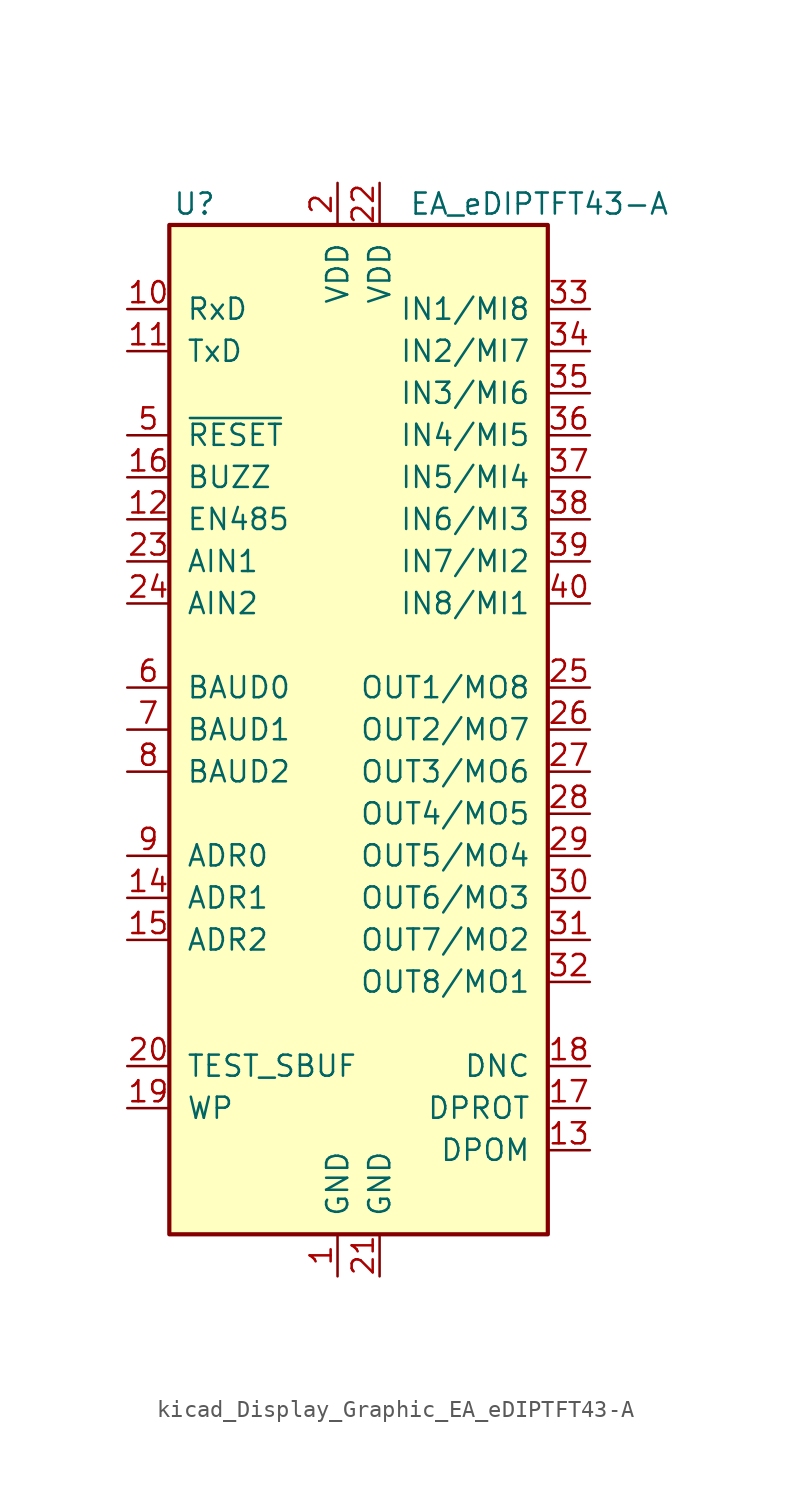
<source format=kicad_sym>
(kicad_symbol_lib
  (version 20220914)
  (generator kicad_symbol_editor)
  (symbol "kicad_Display_Graphic_EA_eDIPTFT43-A"
    (pin_names
      (offset 1.016))
    (property "Reference" "U"
      (at -11.176 31.75 0)
      (effects (font (size 1.27 1.27))))
    (property "Value" "EA_eDIPTFT43-A"
      (at 1.778 31.75 0)
      (effects (font (size 1.27 1.27)) (justify left)))
    (symbol "kicad_Display_Graphic_EA_eDIPTFT43-A_0_1"
      (rectangle (start -12.7 30.48) (end 10.16 -30.48) (stroke (width 0.254) (type default)) (fill (type background))))
    (symbol "kicad_Display_Graphic_EA_eDIPTFT43-A_1_1"
      (pin power_in line (at -2.54 -33.02 90) (length 2.54) (name "GND" (effects (font (size 1.27 1.27)))) (number "1" (effects (font (size 1.27 1.27)))))
      (pin input line (at -15.24 25.4 0) (length 2.54) (name "RxD" (effects (font (size 1.27 1.27)))) (number "10" (effects (font (size 1.27 1.27)))))
      (pin output line (at -15.24 22.86 0) (length 2.54) (name "TxD" (effects (font (size 1.27 1.27)))) (number "11" (effects (font (size 1.27 1.27)))))
      (pin output line (at -15.24 12.7 0) (length 2.54) (name "EN485" (effects (font (size 1.27 1.27)))) (number "12" (effects (font (size 1.27 1.27)))))
      (pin input line (at 12.7 -25.4 180) (length 2.54) (name "DPOM" (effects (font (size 1.27 1.27)))) (number "13" (effects (font (size 1.27 1.27)))))
      (pin input line (at -15.24 -10.16 0) (length 2.54) (name "ADR1" (effects (font (size 1.27 1.27)))) (number "14" (effects (font (size 1.27 1.27)))))
      (pin input line (at -15.24 -12.7 0) (length 2.54) (name "ADR2" (effects (font (size 1.27 1.27)))) (number "15" (effects (font (size 1.27 1.27)))))
      (pin output line (at -15.24 15.24 0) (length 2.54) (name "BUZZ" (effects (font (size 1.27 1.27)))) (number "16" (effects (font (size 1.27 1.27)))))
      (pin input line (at 12.7 -22.86 180) (length 2.54) (name "DPROT" (effects (font (size 1.27 1.27)))) (number "17" (effects (font (size 1.27 1.27)))))
      (pin output line (at 12.7 -20.32 180) (length 2.54) (name "DNC" (effects (font (size 1.27 1.27)))) (number "18" (effects (font (size 1.27 1.27)))))
      (pin input line (at -15.24 -22.86 0) (length 2.54) (name "WP" (effects (font (size 1.27 1.27)))) (number "19" (effects (font (size 1.27 1.27)))))
      (pin power_in line (at -2.54 33.02 270) (length 2.54) (name "VDD" (effects (font (size 1.27 1.27)))) (number "2" (effects (font (size 1.27 1.27)))))
      (pin bidirectional line (at -15.24 -20.32 0) (length 2.54) (name "TEST_SBUF" (effects (font (size 1.27 1.27)))) (number "20" (effects (font (size 1.27 1.27)))))
      (pin power_in line (at 0 -33.02 90) (length 2.54) (name "GND" (effects (font (size 1.27 1.27)))) (number "21" (effects (font (size 1.27 1.27)))))
      (pin power_in line (at 0 33.02 270) (length 2.54) (name "VDD" (effects (font (size 1.27 1.27)))) (number "22" (effects (font (size 1.27 1.27)))))
      (pin input line (at -15.24 10.16 0) (length 2.54) (name "AIN1" (effects (font (size 1.27 1.27)))) (number "23" (effects (font (size 1.27 1.27)))))
      (pin input line (at -15.24 7.62 0) (length 2.54) (name "AIN2" (effects (font (size 1.27 1.27)))) (number "24" (effects (font (size 1.27 1.27)))))
      (pin output line (at 12.7 2.54 180) (length 2.54) (name "OUT1/MO8" (effects (font (size 1.27 1.27)))) (number "25" (effects (font (size 1.27 1.27)))))
      (pin output line (at 12.7 0 180) (length 2.54) (name "OUT2/MO7" (effects (font (size 1.27 1.27)))) (number "26" (effects (font (size 1.27 1.27)))))
      (pin output line (at 12.7 -2.54 180) (length 2.54) (name "OUT3/MO6" (effects (font (size 1.27 1.27)))) (number "27" (effects (font (size 1.27 1.27)))))
      (pin output line (at 12.7 -5.08 180) (length 2.54) (name "OUT4/MO5" (effects (font (size 1.27 1.27)))) (number "28" (effects (font (size 1.27 1.27)))))
      (pin output line (at 12.7 -7.62 180) (length 2.54) (name "OUT5/MO4" (effects (font (size 1.27 1.27)))) (number "29" (effects (font (size 1.27 1.27)))))
      (pin no_connect line (at 10.16 -27.94 180) (length 2.54) hide (name "NC" (effects (font (size 1.27 1.27)))) (number "3" (effects (font (size 1.27 1.27)))))
      (pin output line (at 12.7 -10.16 180) (length 2.54) (name "OUT6/MO3" (effects (font (size 1.27 1.27)))) (number "30" (effects (font (size 1.27 1.27)))))
      (pin output line (at 12.7 -12.7 180) (length 2.54) (name "OUT7/MO2" (effects (font (size 1.27 1.27)))) (number "31" (effects (font (size 1.27 1.27)))))
      (pin output line (at 12.7 -15.24 180) (length 2.54) (name "OUT8/MO1" (effects (font (size 1.27 1.27)))) (number "32" (effects (font (size 1.27 1.27)))))
      (pin input line (at 12.7 25.4 180) (length 2.54) (name "IN1/MI8" (effects (font (size 1.27 1.27)))) (number "33" (effects (font (size 1.27 1.27)))))
      (pin input line (at 12.7 22.86 180) (length 2.54) (name "IN2/MI7" (effects (font (size 1.27 1.27)))) (number "34" (effects (font (size 1.27 1.27)))))
      (pin input line (at 12.7 20.32 180) (length 2.54) (name "IN3/MI6" (effects (font (size 1.27 1.27)))) (number "35" (effects (font (size 1.27 1.27)))))
      (pin input line (at 12.7 17.78 180) (length 2.54) (name "IN4/MI5" (effects (font (size 1.27 1.27)))) (number "36" (effects (font (size 1.27 1.27)))))
      (pin input line (at 12.7 15.24 180) (length 2.54) (name "IN5/MI4" (effects (font (size 1.27 1.27)))) (number "37" (effects (font (size 1.27 1.27)))))
      (pin input line (at 12.7 12.7 180) (length 2.54) (name "IN6/MI3" (effects (font (size 1.27 1.27)))) (number "38" (effects (font (size 1.27 1.27)))))
      (pin input line (at 12.7 10.16 180) (length 2.54) (name "IN7/MI2" (effects (font (size 1.27 1.27)))) (number "39" (effects (font (size 1.27 1.27)))))
      (pin no_connect line (at -12.7 -27.94 0) (length 2.54) hide (name "NC" (effects (font (size 1.27 1.27)))) (number "4" (effects (font (size 1.27 1.27)))))
      (pin input line (at 12.7 7.62 180) (length 2.54) (name "IN8/MI1" (effects (font (size 1.27 1.27)))) (number "40" (effects (font (size 1.27 1.27)))))
      (pin input line (at -15.24 17.78 0) (length 2.54) (name "~{RESET}" (effects (font (size 1.27 1.27)))) (number "5" (effects (font (size 1.27 1.27)))))
      (pin input line (at -15.24 2.54 0) (length 2.54) (name "BAUD0" (effects (font (size 1.27 1.27)))) (number "6" (effects (font (size 1.27 1.27)))))
      (pin input line (at -15.24 0 0) (length 2.54) (name "BAUD1" (effects (font (size 1.27 1.27)))) (number "7" (effects (font (size 1.27 1.27)))))
      (pin input line (at -15.24 -2.54 0) (length 2.54) (name "BAUD2" (effects (font (size 1.27 1.27)))) (number "8" (effects (font (size 1.27 1.27)))))
      (pin input line (at -15.24 -7.62 0) (length 2.54) (name "ADR0" (effects (font (size 1.27 1.27)))) (number "9" (effects (font (size 1.27 1.27))))))))
</source>
